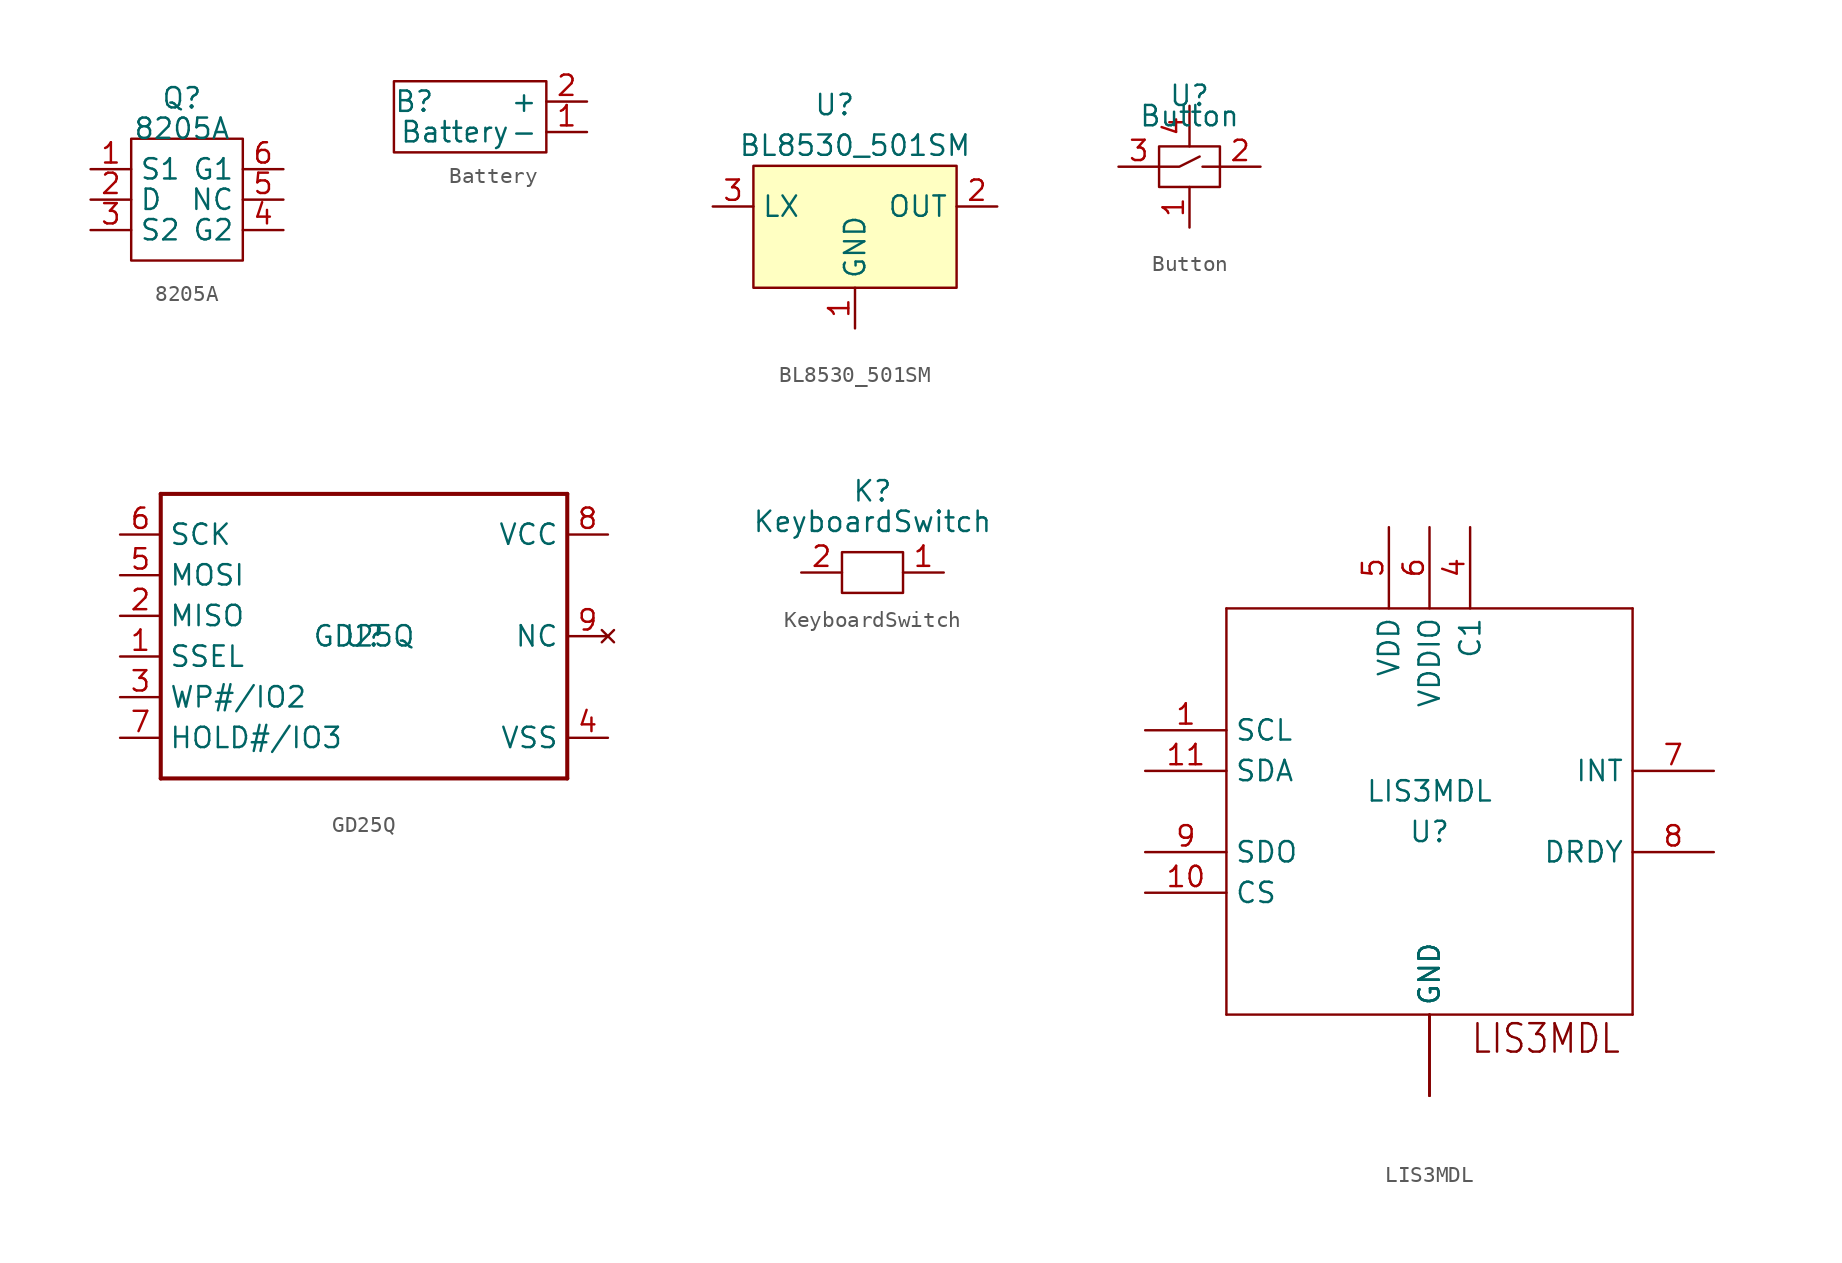
<source format=kicad_sym>
(kicad_symbol_lib
  (version 20211014)
  (generator kicad_symbol_editor)
  (symbol "8205A"
    (property "Reference" "Q"
      (at 3.175 2.54 0)
      (effects (font (size 1.27 1.27))))
    (property "Value" "8205A"
      (at 3.175 0.635 0)
      (effects (font (size 1.27 1.27))))
    (symbol "8205A_0_1"
      (rectangle (start 0 0) (end 6.985 -7.62) (stroke (width 0) (type default) (color 0 0 0 0)) (fill (type none))))
    (symbol "8205A_1_1"
      (pin bidirectional line (at -2.54 -1.905 0) (length 2.54) (name "S1" (effects (font (size 1.27 1.27)))) (number "1" (effects (font (size 1.27 1.27)))))
      (pin bidirectional line (at -2.54 -3.81 0) (length 2.54) (name "D" (effects (font (size 1.27 1.27)))) (number "2" (effects (font (size 1.27 1.27)))))
      (pin bidirectional line (at -2.54 -5.715 0) (length 2.54) (name "S2" (effects (font (size 1.27 1.27)))) (number "3" (effects (font (size 1.27 1.27)))))
      (pin bidirectional line (at 9.525 -5.715 180) (length 2.54) (name "G2" (effects (font (size 1.27 1.27)))) (number "4" (effects (font (size 1.27 1.27)))))
      (pin bidirectional line (at 9.525 -3.81 180) (length 2.54) (name "NC" (effects (font (size 1.27 1.27)))) (number "5" (effects (font (size 1.27 1.27)))))
      (pin bidirectional line (at 9.525 -1.905 180) (length 2.54) (name "G1" (effects (font (size 1.27 1.27)))) (number "6" (effects (font (size 1.27 1.27)))))))
  (symbol "Battery"
    (property "Reference" "B"
      (at -4.445 -0.635 0)
      (effects (font (size 1.27 1.27))))
    (property "Value" "Battery"
      (at -1.905 -2.54 0)
      (effects (font (size 1.27 1.27))))
    (symbol "Battery_0_1"
      (rectangle (start -5.715 0.635) (end 3.81 -3.81) (stroke (width 0) (type default) (color 0 0 0 0)) (fill (type none))))
    (symbol "Battery_1_1"
      (pin power_out line (at 6.35 -2.54 180) (length 2.54) (name "-" (effects (font (size 1.27 1.27)))) (number "1" (effects (font (size 1.27 1.27)))))
      (pin power_out line (at 6.35 -0.635 180) (length 2.54) (name "+" (effects (font (size 1.27 1.27)))) (number "2" (effects (font (size 1.27 1.27)))))))
  (symbol "BL8530_501SM"
    (property "Reference" "U"
      (at -1.27 8.89 0)
      (effects (font (size 1.27 1.27))))
    (property "Value" "BL8530_501SM"
      (at 0 6.35 0)
      (effects (font (size 1.27 1.27))))
    (symbol "BL8530_501SM_0_1"
      (rectangle (start -6.35 5.08) (end 6.35 -2.54) (stroke (width 0) (type default) (color 0 0 0 0)) (fill (type background))))
    (symbol "BL8530_501SM_1_1"
      (pin input line (at 0 -5.08 90) (length 2.54) (name "GND" (effects (font (size 1.27 1.27)))) (number "1" (effects (font (size 1.27 1.27)))))
      (pin input line (at 8.89 2.54 180) (length 2.54) (name "OUT" (effects (font (size 1.27 1.27)))) (number "2" (effects (font (size 1.27 1.27)))))
      (pin input line (at -8.89 2.54 0) (length 2.54) (name "LX" (effects (font (size 1.27 1.27)))) (number "3" (effects (font (size 1.27 1.27)))))))
  (symbol "Button"
    (property "Reference" "U"
      (at 1.905 2.54 0)
      (effects (font (size 1.27 1.27))))
    (property "Value" "Button"
      (at 1.905 1.27 0)
      (effects (font (size 1.27 1.27))))
    (symbol "Button_0_1"
      (rectangle (start 0 -0.635) (end 3.81 -3.175) (stroke (width 0) (type default) (color 0 0 0 0)) (fill (type none)))
      (polyline (pts (xy 2.719 -1.905) (xy 3.81 -1.905)) (stroke (width 0) (type default) (color 0 0 0 0)) (fill (type none)))
      (polyline (pts (xy 0 -1.905) (xy 1.27 -1.905) (xy 2.54 -1.27)) (stroke (width 0) (type default) (color 0 0 0 0)) (fill (type none))))
    (symbol "Button_1_1"
      (pin input line (at 1.905 -5.715 90) (length 2.54) (name "" (effects (font (size 1.27 1.27)))) (number "1" (effects (font (size 1.27 1.27)))))
      (pin input line (at 6.35 -1.905 180) (length 2.54) (name "" (effects (font (size 1.27 1.27)))) (number "2" (effects (font (size 1.27 1.27)))))
      (pin input line (at -2.54 -1.905 0) (length 2.54) (name "" (effects (font (size 1.27 1.27)))) (number "3" (effects (font (size 1.27 1.27)))))
      (pin input line (at 1.905 1.905 270) (length 2.54) (name "" (effects (font (size 1.27 1.27)))) (number "4" (effects (font (size 1.27 1.27)))))))
  (symbol "GD25Q"
    (property "Reference" "U"
      (at 0 0 0)
      (effects (font (size 1.27 1.27))))
    (property "Value" "GD25Q"
      (at 0 0 0)
      (effects (font (size 1.27 1.27))))
    (symbol "GD25Q_1_0"
      (polyline (pts (xy -12.7 -8.89) (xy -12.7 8.89)) (stroke (width 0.254) (type default) (color 0 0 0 0)) (fill (type none)))
      (polyline (pts (xy -12.7 8.89) (xy 12.7 8.89)) (stroke (width 0.254) (type default) (color 0 0 0 0)) (fill (type none)))
      (polyline (pts (xy 12.7 -8.89) (xy -12.7 -8.89)) (stroke (width 0.254) (type default) (color 0 0 0 0)) (fill (type none)))
      (polyline (pts (xy 12.7 8.89) (xy 12.7 -8.89)) (stroke (width 0.254) (type default) (color 0 0 0 0)) (fill (type none)))
      (pin bidirectional line (at -15.24 -1.27 0) (length 2.54) (name "SSEL" (effects (font (size 1.27 1.27)))) (number "1" (effects (font (size 1.27 1.27)))))
      (pin bidirectional line (at -15.24 1.27 0) (length 2.54) (name "MISO" (effects (font (size 1.27 1.27)))) (number "2" (effects (font (size 1.27 1.27)))))
      (pin bidirectional line (at -15.24 -3.81 0) (length 2.54) (name "WP#/IO2" (effects (font (size 1.27 1.27)))) (number "3" (effects (font (size 1.27 1.27)))))
      (pin bidirectional line (at 15.24 -6.35 180) (length 2.54) (name "VSS" (effects (font (size 1.27 1.27)))) (number "4" (effects (font (size 1.27 1.27)))))
      (pin bidirectional line (at -15.24 3.81 0) (length 2.54) (name "MOSI" (effects (font (size 1.27 1.27)))) (number "5" (effects (font (size 1.27 1.27)))))
      (pin bidirectional line (at -15.24 6.35 0) (length 2.54) (name "SCK" (effects (font (size 1.27 1.27)))) (number "6" (effects (font (size 1.27 1.27)))))
      (pin bidirectional line (at -15.24 -6.35 0) (length 2.54) (name "HOLD#/IO3" (effects (font (size 1.27 1.27)))) (number "7" (effects (font (size 1.27 1.27)))))
      (pin bidirectional line (at 15.24 6.35 180) (length 2.54) (name "VCC" (effects (font (size 1.27 1.27)))) (number "8" (effects (font (size 1.27 1.27))))))
    (symbol "GD25Q_1_1"
      (pin no_connect line (at 15.24 0 180) (length 2.54) (name "NC" (effects (font (size 1.27 1.27)))) (number "9" (effects (font (size 1.27 1.27)))))))
  (symbol "KeyboardSwitch"
    (property "Reference" "K"
      (at 0 5.08 0)
      (effects (font (size 1.27 1.27))))
    (property "Value" "KeyboardSwitch"
      (at 0 3.175 0)
      (effects (font (size 1.27 1.27))))
    (symbol "KeyboardSwitch_0_1"
      (rectangle (start -1.905 1.27) (end 1.905 -1.27) (stroke (width 0) (type default) (color 0 0 0 0)) (fill (type none))))
    (symbol "KeyboardSwitch_1_1"
      (pin input line (at 4.445 0 180) (length 2.54) (name "" (effects (font (size 1.27 1.27)))) (number "1" (effects (font (size 1.27 1.27)))))
      (pin input line (at -4.445 0 0) (length 2.54) (name "" (effects (font (size 1.27 1.27)))) (number "2" (effects (font (size 1.27 1.27)))))))
  (symbol "LIS3MDL"
    (property "Reference" "U"
      (at 0 -1.27 0)
      (effects (font (size 1.27 1.27))))
    (property "Value" "LIS3MDL"
      (at 0 1.27 0)
      (effects (font (size 1.27 1.27))))
    (symbol "LIS3MDL_1_0"
      (polyline (pts (xy -12.7 -12.7) (xy 12.7 -12.7)) (stroke (width 0.152) (type default) (color 0 0 0 0)) (fill (type none)))
      (polyline (pts (xy -12.7 12.7) (xy -12.7 -12.7)) (stroke (width 0.152) (type default) (color 0 0 0 0)) (fill (type none)))
      (polyline (pts (xy 12.7 -12.7) (xy 12.7 12.7)) (stroke (width 0.152) (type default) (color 0 0 0 0)) (fill (type none)))
      (polyline (pts (xy 12.7 12.7) (xy -12.7 12.7)) (stroke (width 0.152) (type default) (color 0 0 0 0)) (fill (type none)))
      (text "LIS3MDL" (at 2.54 -15.24 0) (effects (font (size 1.778 1.511)) (justify left bottom)))
      (pin input line (at -17.78 5.08 0) (length 5.08) (name "SCL" (effects (font (size 1.27 1.27)))) (number "1" (effects (font (size 1.27 1.27)))))
      (pin input line (at -17.78 -5.08 0) (length 5.08) (name "CS" (effects (font (size 1.27 1.27)))) (number "10" (effects (font (size 1.27 1.27)))))
      (pin bidirectional line (at -17.78 2.54 0) (length 5.08) (name "SDA" (effects (font (size 1.27 1.27)))) (number "11" (effects (font (size 1.27 1.27)))))
      (pin power_in line (at 0 -17.78 90) (length 5.08) (name "GND" (effects (font (size 1.27 1.27)))) (number "12" (effects (font (size 0 0)))))
      (pin power_in line (at 0 -17.78 90) (length 5.08) (name "GND" (effects (font (size 1.27 1.27)))) (number "2" (effects (font (size 0 0)))))
      (pin power_in line (at 0 -17.78 90) (length 5.08) (name "GND" (effects (font (size 1.27 1.27)))) (number "3" (effects (font (size 0 0)))))
      (pin input line (at 2.54 17.78 270) (length 5.08) (name "C1" (effects (font (size 1.27 1.27)))) (number "4" (effects (font (size 1.27 1.27)))))
      (pin power_in line (at -2.54 17.78 270) (length 5.08) (name "VDD" (effects (font (size 1.27 1.27)))) (number "5" (effects (font (size 1.27 1.27)))))
      (pin power_in line (at 0 17.78 270) (length 5.08) (name "VDDIO" (effects (font (size 1.27 1.27)))) (number "6" (effects (font (size 1.27 1.27)))))
      (pin output line (at 17.78 2.54 180) (length 5.08) (name "INT" (effects (font (size 1.27 1.27)))) (number "7" (effects (font (size 1.27 1.27)))))
      (pin output line (at 17.78 -2.54 180) (length 5.08) (name "DRDY" (effects (font (size 1.27 1.27)))) (number "8" (effects (font (size 1.27 1.27)))))
      (pin bidirectional line (at -17.78 -2.54 0) (length 5.08) (name "SDO" (effects (font (size 1.27 1.27)))) (number "9" (effects (font (size 1.27 1.27))))))))
</source>
